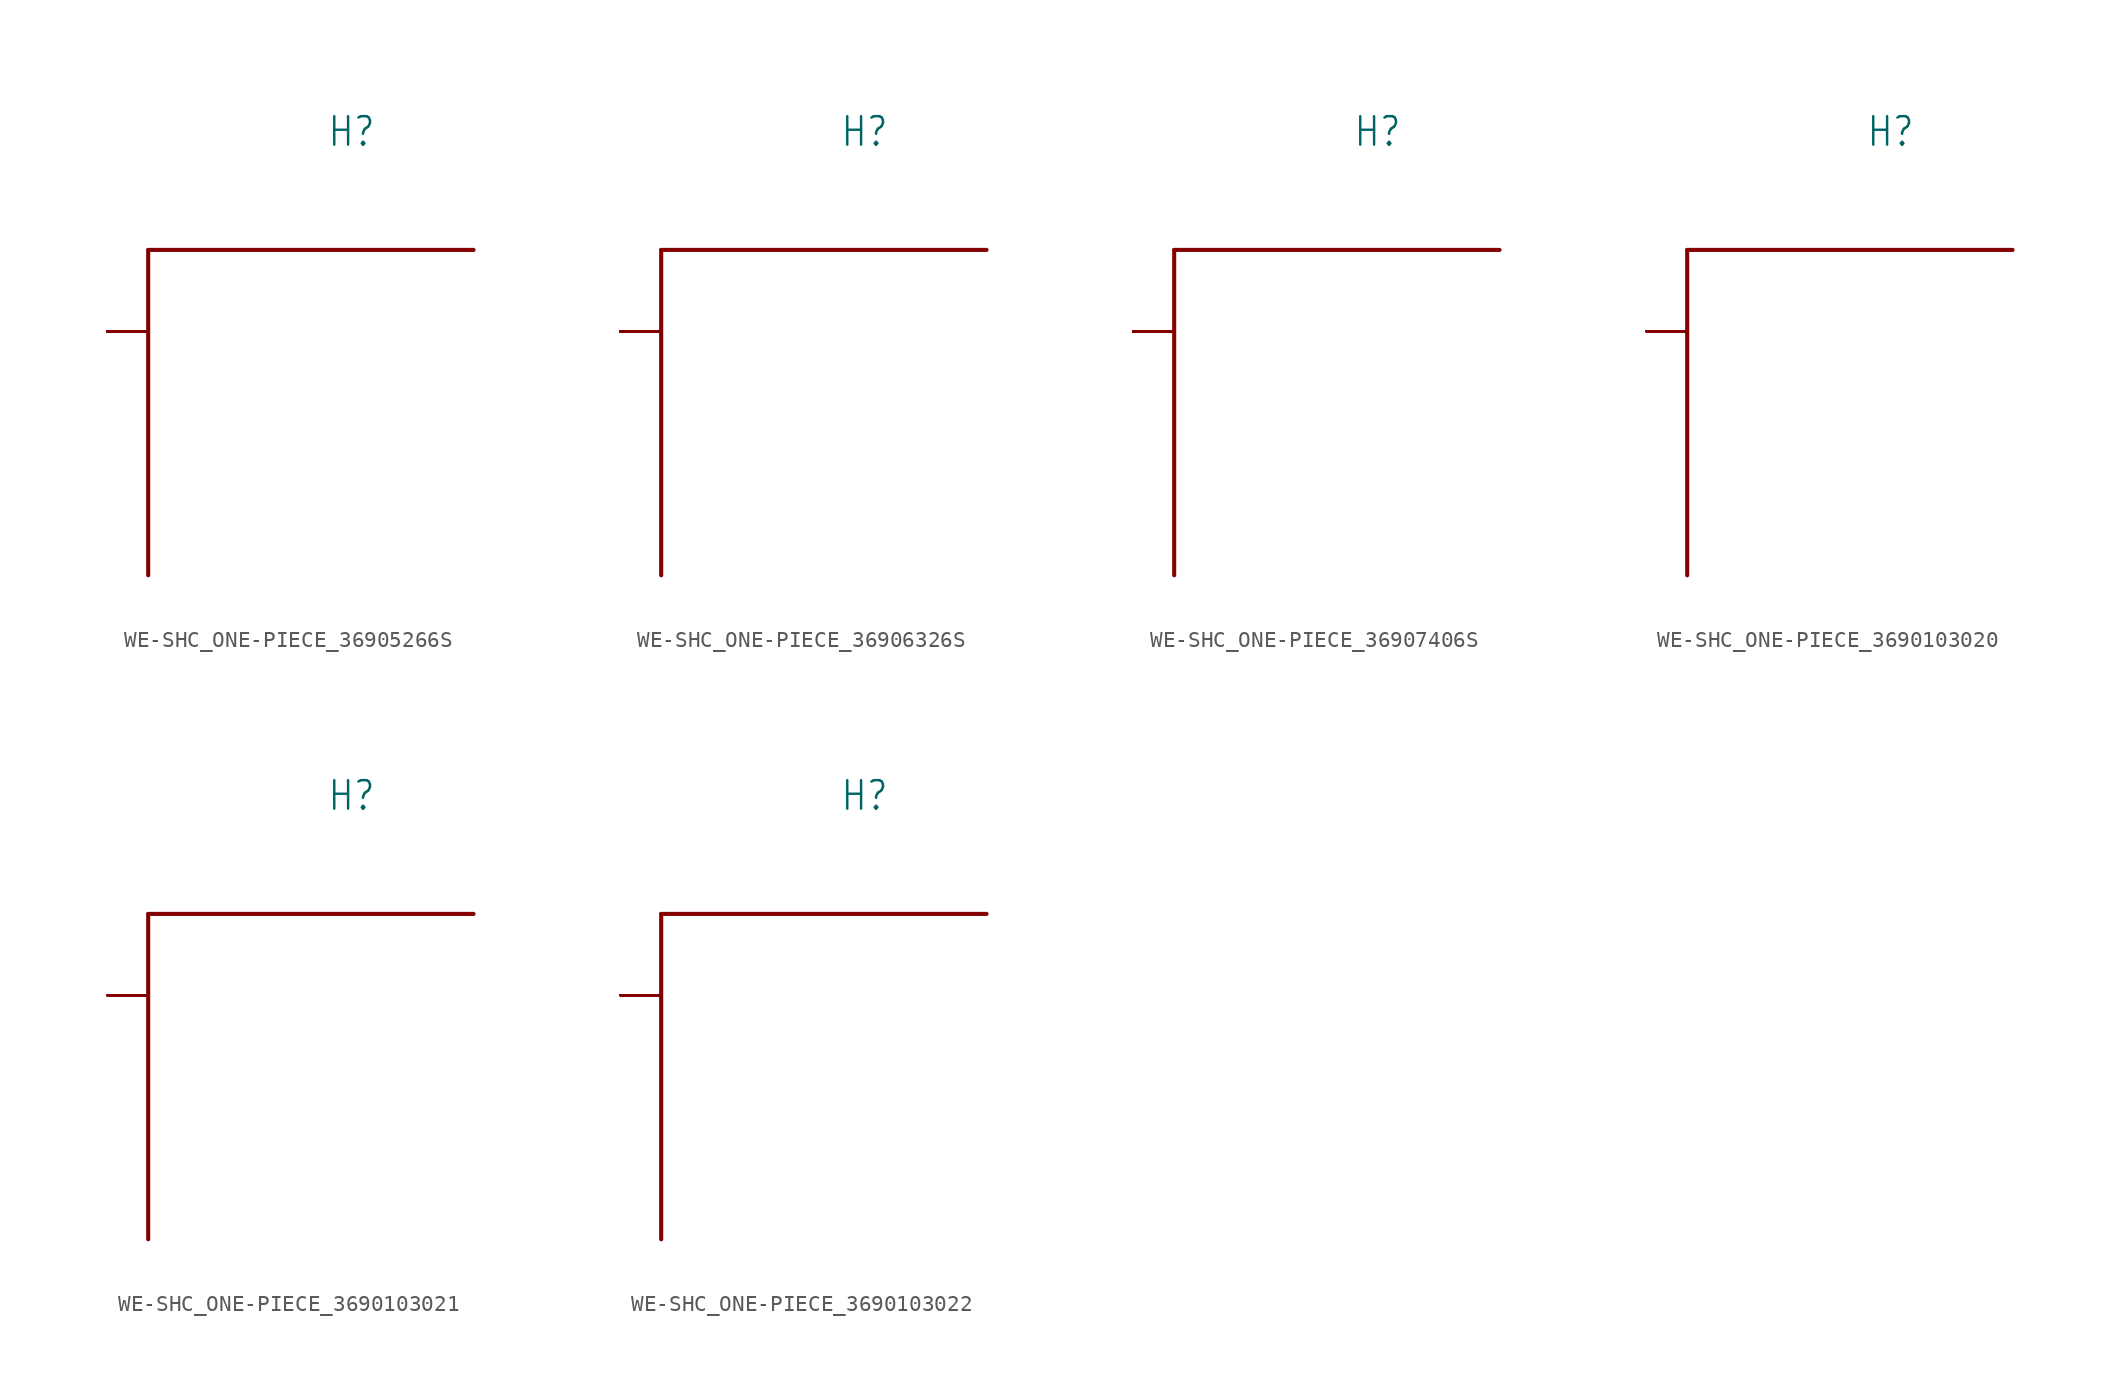
<source format=kicad_sym>
(kicad_symbol_lib
  (version 20231120)
  (generator "kicad_symbol_editor")
  (generator_version "8.0")
  (symbol "WE-SHC_ONE-PIECE_36905266S"
    (property "Reference" "H"
      (at 5.08 13.97 0)
      (effects (font (size 1.778 1.511)) (justify bottom)))
    (property "Value" ""
      (at 0 10.16 0)
      (effects (font (size 1.778 1.511)) (justify left bottom)))
    (property "ki_locked" ""
      (at 0 0 0)
      (effects (font (size 1.27 1.27))))
    (symbol "WE-SHC_ONE-PIECE_36905266S_1_0"
      (polyline (pts (xy -7.62 7.62) (xy -7.62 -12.7)) (stroke (width 0.254) (type solid)) (fill (type none)))
      (polyline (pts (xy 12.7 7.62) (xy -7.62 7.62)) (stroke (width 0.254) (type solid)) (fill (type none)))
      (pin power_in line (at -10.16 2.54 0) (length 2.54) (name "GND" (effects (font (size 0 0)))) (number "1" (effects (font (size 0 0)))))
      (pin power_in line (at -10.16 2.54 0) (length 2.54) (name "GND" (effects (font (size 0 0)))) (number "10" (effects (font (size 0 0)))))
      (pin power_in line (at -10.16 2.54 0) (length 2.54) (name "GND" (effects (font (size 0 0)))) (number "11" (effects (font (size 0 0)))))
      (pin power_in line (at -10.16 2.54 0) (length 2.54) (name "GND" (effects (font (size 0 0)))) (number "12" (effects (font (size 0 0)))))
      (pin power_in line (at -10.16 2.54 0) (length 2.54) (name "GND" (effects (font (size 0 0)))) (number "13" (effects (font (size 0 0)))))
      (pin power_in line (at -10.16 2.54 0) (length 2.54) (name "GND" (effects (font (size 0 0)))) (number "14" (effects (font (size 0 0)))))
      (pin power_in line (at -10.16 2.54 0) (length 2.54) (name "GND" (effects (font (size 0 0)))) (number "15" (effects (font (size 0 0)))))
      (pin power_in line (at -10.16 2.54 0) (length 2.54) (name "GND" (effects (font (size 0 0)))) (number "16" (effects (font (size 0 0)))))
      (pin power_in line (at -10.16 2.54 0) (length 2.54) (name "GND" (effects (font (size 0 0)))) (number "17" (effects (font (size 0 0)))))
      (pin power_in line (at -10.16 2.54 0) (length 2.54) (name "GND" (effects (font (size 0 0)))) (number "18" (effects (font (size 0 0)))))
      (pin power_in line (at -10.16 2.54 0) (length 2.54) (name "GND" (effects (font (size 0 0)))) (number "19" (effects (font (size 0 0)))))
      (pin power_in line (at -10.16 2.54 0) (length 2.54) (name "GND" (effects (font (size 0 0)))) (number "2" (effects (font (size 0 0)))))
      (pin power_in line (at -10.16 2.54 0) (length 2.54) (name "GND" (effects (font (size 0 0)))) (number "20" (effects (font (size 0 0)))))
      (pin power_in line (at -10.16 2.54 0) (length 2.54) (name "GND" (effects (font (size 0 0)))) (number "3" (effects (font (size 0 0)))))
      (pin power_in line (at -10.16 2.54 0) (length 2.54) (name "GND" (effects (font (size 0 0)))) (number "4" (effects (font (size 0 0)))))
      (pin power_in line (at -10.16 2.54 0) (length 2.54) (name "GND" (effects (font (size 0 0)))) (number "5" (effects (font (size 0 0)))))
      (pin power_in line (at -10.16 2.54 0) (length 2.54) (name "GND" (effects (font (size 0 0)))) (number "6" (effects (font (size 0 0)))))
      (pin power_in line (at -10.16 2.54 0) (length 2.54) (name "GND" (effects (font (size 0 0)))) (number "7" (effects (font (size 0 0)))))
      (pin power_in line (at -10.16 2.54 0) (length 2.54) (name "GND" (effects (font (size 0 0)))) (number "8" (effects (font (size 0 0)))))
      (pin power_in line (at -10.16 2.54 0) (length 2.54) (name "GND" (effects (font (size 0 0)))) (number "9" (effects (font (size 0 0)))))))
  (symbol "WE-SHC_ONE-PIECE_36906326S"
    (property "Reference" "H"
      (at 5.08 13.97 0)
      (effects (font (size 1.778 1.511)) (justify bottom)))
    (property "Value" ""
      (at 0 10.16 0)
      (effects (font (size 1.778 1.511)) (justify left bottom)))
    (property "ki_locked" ""
      (at 0 0 0)
      (effects (font (size 1.27 1.27))))
    (symbol "WE-SHC_ONE-PIECE_36906326S_1_0"
      (polyline (pts (xy -7.62 7.62) (xy -7.62 -12.7)) (stroke (width 0.254) (type solid)) (fill (type none)))
      (polyline (pts (xy 12.7 7.62) (xy -7.62 7.62)) (stroke (width 0.254) (type solid)) (fill (type none)))
      (pin power_in line (at -10.16 2.54 0) (length 2.54) (name "GND" (effects (font (size 0 0)))) (number "1" (effects (font (size 0 0)))))
      (pin power_in line (at -10.16 2.54 0) (length 2.54) (name "GND" (effects (font (size 0 0)))) (number "10" (effects (font (size 0 0)))))
      (pin power_in line (at -10.16 2.54 0) (length 2.54) (name "GND" (effects (font (size 0 0)))) (number "11" (effects (font (size 0 0)))))
      (pin power_in line (at -10.16 2.54 0) (length 2.54) (name "GND" (effects (font (size 0 0)))) (number "12" (effects (font (size 0 0)))))
      (pin power_in line (at -10.16 2.54 0) (length 2.54) (name "GND" (effects (font (size 0 0)))) (number "13" (effects (font (size 0 0)))))
      (pin power_in line (at -10.16 2.54 0) (length 2.54) (name "GND" (effects (font (size 0 0)))) (number "14" (effects (font (size 0 0)))))
      (pin power_in line (at -10.16 2.54 0) (length 2.54) (name "GND" (effects (font (size 0 0)))) (number "15" (effects (font (size 0 0)))))
      (pin power_in line (at -10.16 2.54 0) (length 2.54) (name "GND" (effects (font (size 0 0)))) (number "16" (effects (font (size 0 0)))))
      (pin power_in line (at -10.16 2.54 0) (length 2.54) (name "GND" (effects (font (size 0 0)))) (number "17" (effects (font (size 0 0)))))
      (pin power_in line (at -10.16 2.54 0) (length 2.54) (name "GND" (effects (font (size 0 0)))) (number "18" (effects (font (size 0 0)))))
      (pin power_in line (at -10.16 2.54 0) (length 2.54) (name "GND" (effects (font (size 0 0)))) (number "19" (effects (font (size 0 0)))))
      (pin power_in line (at -10.16 2.54 0) (length 2.54) (name "GND" (effects (font (size 0 0)))) (number "2" (effects (font (size 0 0)))))
      (pin power_in line (at -10.16 2.54 0) (length 2.54) (name "GND" (effects (font (size 0 0)))) (number "20" (effects (font (size 0 0)))))
      (pin power_in line (at -10.16 2.54 0) (length 2.54) (name "GND" (effects (font (size 0 0)))) (number "21" (effects (font (size 0 0)))))
      (pin power_in line (at -10.16 2.54 0) (length 2.54) (name "GND" (effects (font (size 0 0)))) (number "22" (effects (font (size 0 0)))))
      (pin power_in line (at -10.16 2.54 0) (length 2.54) (name "GND" (effects (font (size 0 0)))) (number "23" (effects (font (size 0 0)))))
      (pin power_in line (at -10.16 2.54 0) (length 2.54) (name "GND" (effects (font (size 0 0)))) (number "24" (effects (font (size 0 0)))))
      (pin power_in line (at -10.16 2.54 0) (length 2.54) (name "GND" (effects (font (size 0 0)))) (number "3" (effects (font (size 0 0)))))
      (pin power_in line (at -10.16 2.54 0) (length 2.54) (name "GND" (effects (font (size 0 0)))) (number "4" (effects (font (size 0 0)))))
      (pin power_in line (at -10.16 2.54 0) (length 2.54) (name "GND" (effects (font (size 0 0)))) (number "5" (effects (font (size 0 0)))))
      (pin power_in line (at -10.16 2.54 0) (length 2.54) (name "GND" (effects (font (size 0 0)))) (number "6" (effects (font (size 0 0)))))
      (pin power_in line (at -10.16 2.54 0) (length 2.54) (name "GND" (effects (font (size 0 0)))) (number "7" (effects (font (size 0 0)))))
      (pin power_in line (at -10.16 2.54 0) (length 2.54) (name "GND" (effects (font (size 0 0)))) (number "8" (effects (font (size 0 0)))))
      (pin power_in line (at -10.16 2.54 0) (length 2.54) (name "GND" (effects (font (size 0 0)))) (number "9" (effects (font (size 0 0)))))))
  (symbol "WE-SHC_ONE-PIECE_36907406S"
    (property "Reference" "H"
      (at 5.08 13.97 0)
      (effects (font (size 1.778 1.511)) (justify bottom)))
    (property "Value" ""
      (at 0 10.16 0)
      (effects (font (size 1.778 1.511)) (justify left bottom)))
    (property "ki_locked" ""
      (at 0 0 0)
      (effects (font (size 1.27 1.27))))
    (symbol "WE-SHC_ONE-PIECE_36907406S_1_0"
      (polyline (pts (xy -7.62 7.62) (xy -7.62 -12.7)) (stroke (width 0.254) (type solid)) (fill (type none)))
      (polyline (pts (xy 12.7 7.62) (xy -7.62 7.62)) (stroke (width 0.254) (type solid)) (fill (type none)))
      (pin power_in line (at -10.16 2.54 0) (length 2.54) (name "GND" (effects (font (size 0 0)))) (number "1" (effects (font (size 0 0)))))
      (pin power_in line (at -10.16 2.54 0) (length 2.54) (name "GND" (effects (font (size 0 0)))) (number "10" (effects (font (size 0 0)))))
      (pin power_in line (at -10.16 2.54 0) (length 2.54) (name "GND" (effects (font (size 0 0)))) (number "11" (effects (font (size 0 0)))))
      (pin power_in line (at -10.16 2.54 0) (length 2.54) (name "GND" (effects (font (size 0 0)))) (number "12" (effects (font (size 0 0)))))
      (pin power_in line (at -10.16 2.54 0) (length 2.54) (name "GND" (effects (font (size 0 0)))) (number "13" (effects (font (size 0 0)))))
      (pin power_in line (at -10.16 2.54 0) (length 2.54) (name "GND" (effects (font (size 0 0)))) (number "14" (effects (font (size 0 0)))))
      (pin power_in line (at -10.16 2.54 0) (length 2.54) (name "GND" (effects (font (size 0 0)))) (number "15" (effects (font (size 0 0)))))
      (pin power_in line (at -10.16 2.54 0) (length 2.54) (name "GND" (effects (font (size 0 0)))) (number "16" (effects (font (size 0 0)))))
      (pin power_in line (at -10.16 2.54 0) (length 2.54) (name "GND" (effects (font (size 0 0)))) (number "17" (effects (font (size 0 0)))))
      (pin power_in line (at -10.16 2.54 0) (length 2.54) (name "GND" (effects (font (size 0 0)))) (number "18" (effects (font (size 0 0)))))
      (pin power_in line (at -10.16 2.54 0) (length 2.54) (name "GND" (effects (font (size 0 0)))) (number "19" (effects (font (size 0 0)))))
      (pin power_in line (at -10.16 2.54 0) (length 2.54) (name "GND" (effects (font (size 0 0)))) (number "2" (effects (font (size 0 0)))))
      (pin power_in line (at -10.16 2.54 0) (length 2.54) (name "GND" (effects (font (size 0 0)))) (number "20" (effects (font (size 0 0)))))
      (pin power_in line (at -10.16 2.54 0) (length 2.54) (name "GND" (effects (font (size 0 0)))) (number "21" (effects (font (size 0 0)))))
      (pin power_in line (at -10.16 2.54 0) (length 2.54) (name "GND" (effects (font (size 0 0)))) (number "22" (effects (font (size 0 0)))))
      (pin power_in line (at -10.16 2.54 0) (length 2.54) (name "GND" (effects (font (size 0 0)))) (number "23" (effects (font (size 0 0)))))
      (pin power_in line (at -10.16 2.54 0) (length 2.54) (name "GND" (effects (font (size 0 0)))) (number "24" (effects (font (size 0 0)))))
      (pin power_in line (at -10.16 2.54 0) (length 2.54) (name "GND" (effects (font (size 0 0)))) (number "25" (effects (font (size 0 0)))))
      (pin power_in line (at -10.16 2.54 0) (length 2.54) (name "GND" (effects (font (size 0 0)))) (number "26" (effects (font (size 0 0)))))
      (pin power_in line (at -10.16 2.54 0) (length 2.54) (name "GND" (effects (font (size 0 0)))) (number "27" (effects (font (size 0 0)))))
      (pin power_in line (at -10.16 2.54 0) (length 2.54) (name "GND" (effects (font (size 0 0)))) (number "28" (effects (font (size 0 0)))))
      (pin power_in line (at -10.16 2.54 0) (length 2.54) (name "GND" (effects (font (size 0 0)))) (number "29" (effects (font (size 0 0)))))
      (pin power_in line (at -10.16 2.54 0) (length 2.54) (name "GND" (effects (font (size 0 0)))) (number "3" (effects (font (size 0 0)))))
      (pin power_in line (at -10.16 2.54 0) (length 2.54) (name "GND" (effects (font (size 0 0)))) (number "30" (effects (font (size 0 0)))))
      (pin power_in line (at -10.16 2.54 0) (length 2.54) (name "GND" (effects (font (size 0 0)))) (number "31" (effects (font (size 0 0)))))
      (pin power_in line (at -10.16 2.54 0) (length 2.54) (name "GND" (effects (font (size 0 0)))) (number "32" (effects (font (size 0 0)))))
      (pin power_in line (at -10.16 2.54 0) (length 2.54) (name "GND" (effects (font (size 0 0)))) (number "4" (effects (font (size 0 0)))))
      (pin power_in line (at -10.16 2.54 0) (length 2.54) (name "GND" (effects (font (size 0 0)))) (number "5" (effects (font (size 0 0)))))
      (pin power_in line (at -10.16 2.54 0) (length 2.54) (name "GND" (effects (font (size 0 0)))) (number "6" (effects (font (size 0 0)))))
      (pin power_in line (at -10.16 2.54 0) (length 2.54) (name "GND" (effects (font (size 0 0)))) (number "7" (effects (font (size 0 0)))))
      (pin power_in line (at -10.16 2.54 0) (length 2.54) (name "GND" (effects (font (size 0 0)))) (number "8" (effects (font (size 0 0)))))
      (pin power_in line (at -10.16 2.54 0) (length 2.54) (name "GND" (effects (font (size 0 0)))) (number "9" (effects (font (size 0 0)))))))
  (symbol "WE-SHC_ONE-PIECE_3690103020"
    (property "Reference" "H"
      (at 5.08 13.97 0)
      (effects (font (size 1.778 1.511)) (justify bottom)))
    (property "Value" ""
      (at 0 10.16 0)
      (effects (font (size 1.778 1.511)) (justify left bottom)))
    (property "ki_locked" ""
      (at 0 0 0)
      (effects (font (size 1.27 1.27))))
    (symbol "WE-SHC_ONE-PIECE_3690103020_1_0"
      (polyline (pts (xy -7.62 7.62) (xy -7.62 -12.7)) (stroke (width 0.254) (type solid)) (fill (type none)))
      (polyline (pts (xy 12.7 7.62) (xy -7.62 7.62)) (stroke (width 0.254) (type solid)) (fill (type none)))
      (pin power_in line (at -10.16 2.54 0) (length 2.54) (name "GND" (effects (font (size 0 0)))) (number "1" (effects (font (size 0 0)))))
      (pin power_in line (at -10.16 2.54 0) (length 2.54) (name "GND" (effects (font (size 0 0)))) (number "2" (effects (font (size 0 0)))))
      (pin power_in line (at -10.16 2.54 0) (length 2.54) (name "GND" (effects (font (size 0 0)))) (number "3" (effects (font (size 0 0)))))
      (pin power_in line (at -10.16 2.54 0) (length 2.54) (name "GND" (effects (font (size 0 0)))) (number "4" (effects (font (size 0 0)))))
      (pin power_in line (at -10.16 2.54 0) (length 2.54) (name "GND" (effects (font (size 0 0)))) (number "5" (effects (font (size 0 0)))))
      (pin power_in line (at -10.16 2.54 0) (length 2.54) (name "GND" (effects (font (size 0 0)))) (number "6" (effects (font (size 0 0)))))))
  (symbol "WE-SHC_ONE-PIECE_3690103021"
    (property "Reference" "H"
      (at 5.08 13.97 0)
      (effects (font (size 1.778 1.511)) (justify bottom)))
    (property "Value" ""
      (at 0 10.16 0)
      (effects (font (size 1.778 1.511)) (justify left bottom)))
    (property "ki_locked" ""
      (at 0 0 0)
      (effects (font (size 1.27 1.27))))
    (symbol "WE-SHC_ONE-PIECE_3690103021_1_0"
      (polyline (pts (xy -7.62 7.62) (xy -7.62 -12.7)) (stroke (width 0.254) (type solid)) (fill (type none)))
      (polyline (pts (xy 12.7 7.62) (xy -7.62 7.62)) (stroke (width 0.254) (type solid)) (fill (type none)))
      (pin power_in line (at -10.16 2.54 0) (length 2.54) (name "GND" (effects (font (size 0 0)))) (number "1" (effects (font (size 0 0)))))
      (pin power_in line (at -10.16 2.54 0) (length 2.54) (name "GND" (effects (font (size 0 0)))) (number "2" (effects (font (size 0 0)))))
      (pin power_in line (at -10.16 2.54 0) (length 2.54) (name "GND" (effects (font (size 0 0)))) (number "3" (effects (font (size 0 0)))))
      (pin power_in line (at -10.16 2.54 0) (length 2.54) (name "GND" (effects (font (size 0 0)))) (number "4" (effects (font (size 0 0)))))
      (pin power_in line (at -10.16 2.54 0) (length 2.54) (name "GND" (effects (font (size 0 0)))) (number "5" (effects (font (size 0 0)))))
      (pin power_in line (at -10.16 2.54 0) (length 2.54) (name "GND" (effects (font (size 0 0)))) (number "6" (effects (font (size 0 0)))))))
  (symbol "WE-SHC_ONE-PIECE_3690103022"
    (property "Reference" "H"
      (at 5.08 13.97 0)
      (effects (font (size 1.778 1.511)) (justify bottom)))
    (property "Value" ""
      (at 0 10.16 0)
      (effects (font (size 1.778 1.511)) (justify left bottom)))
    (property "ki_locked" ""
      (at 0 0 0)
      (effects (font (size 1.27 1.27))))
    (symbol "WE-SHC_ONE-PIECE_3690103022_1_0"
      (polyline (pts (xy -7.62 7.62) (xy -7.62 -12.7)) (stroke (width 0.254) (type solid)) (fill (type none)))
      (polyline (pts (xy 12.7 7.62) (xy -7.62 7.62)) (stroke (width 0.254) (type solid)) (fill (type none)))
      (pin power_in line (at -10.16 2.54 0) (length 2.54) (name "GND" (effects (font (size 0 0)))) (number "1" (effects (font (size 0 0)))))
      (pin power_in line (at -10.16 2.54 0) (length 2.54) (name "GND" (effects (font (size 0 0)))) (number "2" (effects (font (size 0 0)))))
      (pin power_in line (at -10.16 2.54 0) (length 2.54) (name "GND" (effects (font (size 0 0)))) (number "3" (effects (font (size 0 0)))))
      (pin power_in line (at -10.16 2.54 0) (length 2.54) (name "GND" (effects (font (size 0 0)))) (number "4" (effects (font (size 0 0)))))
      (pin power_in line (at -10.16 2.54 0) (length 2.54) (name "GND" (effects (font (size 0 0)))) (number "5" (effects (font (size 0 0)))))
      (pin power_in line (at -10.16 2.54 0) (length 2.54) (name "GND" (effects (font (size 0 0)))) (number "6" (effects (font (size 0 0))))))))
</source>
